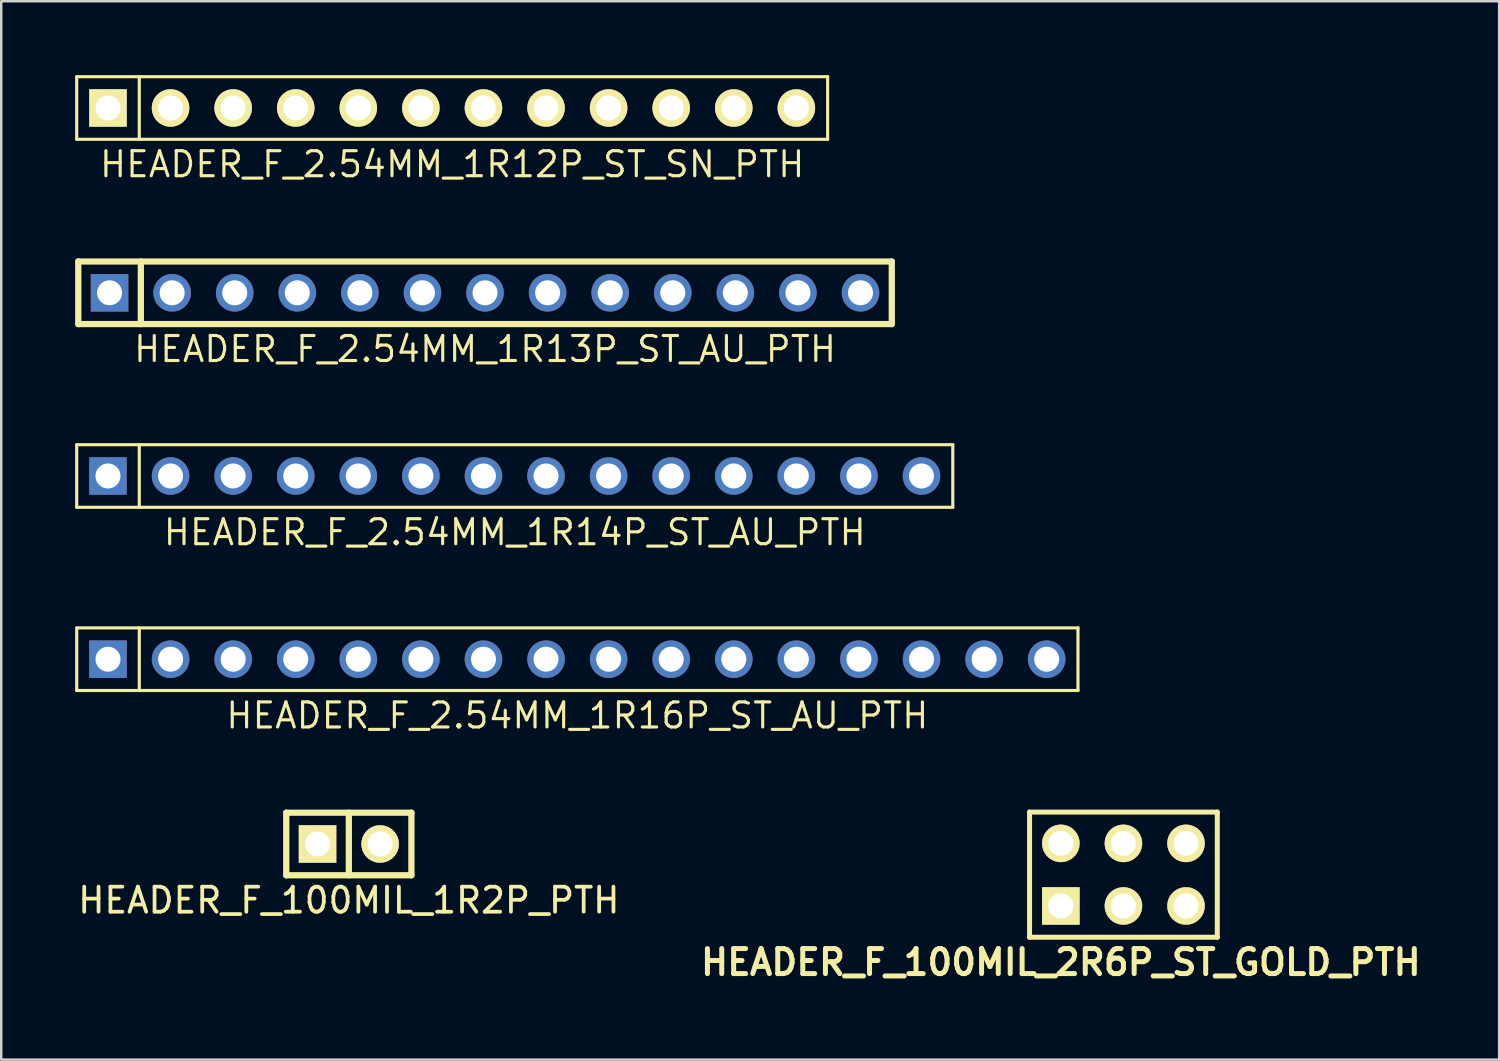
<source format=kicad_pcb>
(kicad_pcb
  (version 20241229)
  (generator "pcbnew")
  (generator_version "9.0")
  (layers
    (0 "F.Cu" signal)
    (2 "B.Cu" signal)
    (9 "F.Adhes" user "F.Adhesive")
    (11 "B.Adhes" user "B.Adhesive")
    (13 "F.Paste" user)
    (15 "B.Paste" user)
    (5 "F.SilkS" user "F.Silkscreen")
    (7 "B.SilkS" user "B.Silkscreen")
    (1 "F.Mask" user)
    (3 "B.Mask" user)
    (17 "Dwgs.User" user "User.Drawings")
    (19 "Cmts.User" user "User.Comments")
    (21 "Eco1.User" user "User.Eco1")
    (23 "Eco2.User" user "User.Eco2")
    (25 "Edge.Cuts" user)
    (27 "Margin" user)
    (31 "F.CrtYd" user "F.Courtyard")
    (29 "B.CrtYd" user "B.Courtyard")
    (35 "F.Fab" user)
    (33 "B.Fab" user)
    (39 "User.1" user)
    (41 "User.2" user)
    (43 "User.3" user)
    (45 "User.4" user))
  (footprint "HEADER_F_2.54MM_1R12P_ST_SN_PTH"
    (layer "F.Cu")
    (at 15.303 1.333)
    (property "Reference" "HEADER_F_2.54MM_1R12P_ST_SN_PTH" (at 0 2.286 0) (layer "F.SilkS") (effects (font (size 1.016 1.016) (thickness 0.127))))
    (attr through_hole)
    (fp_line (start -15.24 -1.27) (end 15.24 -1.27) (stroke (width 0.127) (type solid)) (layer "F.SilkS"))
    (fp_line (start -15.24 1.27) (end -15.24 -1.27) (stroke (width 0.127) (type solid)) (layer "F.SilkS"))
    (fp_line (start -12.7 1.27) (end -12.7 -1.27) (stroke (width 0.127) (type solid)) (layer "F.SilkS"))
    (fp_line (start 15.24 -1.27) (end 15.24 1.27) (stroke (width 0.127) (type solid)) (layer "F.SilkS"))
    (fp_line (start 15.24 1.27) (end -15.24 1.27) (stroke (width 0.127) (type solid)) (layer "F.SilkS"))
    (pad "1" thru_hole rect (at -13.97 0) (size 1.524 1.524) (drill 1.016) (layers "*.Cu" "*.Mask" "F.SilkS"))
    (pad "2" thru_hole circle (at -11.43 0) (size 1.524 1.524) (drill 1.016) (layers "*.Cu" "*.Mask" "F.SilkS"))
    (pad "3" thru_hole circle (at -8.89 0) (size 1.524 1.524) (drill 1.016) (layers "*.Cu" "*.Mask" "F.SilkS"))
    (pad "4" thru_hole circle (at -6.35 0) (size 1.524 1.524) (drill 1.016) (layers "*.Cu" "*.Mask" "F.SilkS"))
    (pad "5" thru_hole circle (at -3.81 0) (size 1.524 1.524) (drill 1.016) (layers "*.Cu" "*.Mask" "F.SilkS"))
    (pad "6" thru_hole circle (at -1.27 0) (size 1.524 1.524) (drill 1.016) (layers "*.Cu" "*.Mask" "F.SilkS"))
    (pad "7" thru_hole circle (at 1.27 0) (size 1.524 1.524) (drill 1.016) (layers "*.Cu" "*.Mask" "F.SilkS"))
    (pad "8" thru_hole circle (at 3.81 0) (size 1.524 1.524) (drill 1.016) (layers "*.Cu" "*.Mask" "F.SilkS"))
    (pad "9" thru_hole circle (at 6.35 0) (size 1.524 1.524) (drill 1.016) (layers "*.Cu" "*.Mask" "F.SilkS"))
    (pad "10" thru_hole circle (at 8.89 0) (size 1.524 1.524) (drill 1.016) (layers "*.Cu" "*.Mask" "F.SilkS"))
    (pad "11" thru_hole circle (at 11.43 0) (size 1.524 1.524) (drill 1.016) (layers "*.Cu" "*.Mask" "F.SilkS"))
    (pad "12" thru_hole circle (at 13.97 0) (size 1.524 1.524) (drill 1.016) (layers "*.Cu" "*.Mask" "F.SilkS")))
  (footprint "HEADER_F_100MIL_1R2P_PTH"
    (layer "F.Cu")
    (at 11.109 31.207)
    (property "Reference" "HEADER_F_100MIL_1R2P_PTH" (at 0 2.286 0) (layer "F.SilkS") (effects (font (size 1.016 1.016) (thickness 0.152))))
    (attr through_hole)
    (fp_line (start -2.54 -1.27) (end 2.54 -1.27) (stroke (width 0.254) (type solid)) (layer "F.SilkS"))
    (fp_line (start -2.54 1.27) (end -2.54 -1.27) (stroke (width 0.254) (type solid)) (layer "F.SilkS"))
    (fp_line (start -2.54 1.27) (end 2.54 1.27) (stroke (width 0.254) (type solid)) (layer "F.SilkS"))
    (fp_line (start 0 -1.27) (end 0 1.27) (stroke (width 0.254) (type solid)) (layer "F.SilkS"))
    (fp_line (start 2.54 -1.27) (end 2.54 1.27) (stroke (width 0.254) (type solid)) (layer "F.SilkS"))
    (pad "1" thru_hole rect (at -1.27 0) (size 1.524 1.524) (drill 1.016) (layers "*.Cu" "*.Mask" "F.SilkS"))
    (pad "2" thru_hole circle (at 1.27 0) (size 1.524 1.524) (drill 1.016) (layers "*.Cu" "*.Mask" "F.SilkS")))
  (footprint "HEADER_F_100MIL_2R6P_ST_GOLD_PTH"
    (layer "F.Cu")
    (at 42.549 32.452)
    (property "Reference" "HEADER_F_100MIL_2R6P_ST_GOLD_PTH" (at -2.54 3.556 0) (layer "F.SilkS") (effects (font (size 1.016 1.016) (thickness 0.203))))
    (attr through_hole)
    (fp_line (start -3.81 -2.54) (end 3.81 -2.54) (stroke (width 0.203) (type solid)) (layer "F.SilkS"))
    (fp_line (start -3.81 2.54) (end -3.81 -2.54) (stroke (width 0.203) (type solid)) (layer "F.SilkS"))
    (fp_line (start 3.81 -2.54) (end 3.81 2.54) (stroke (width 0.203) (type solid)) (layer "F.SilkS"))
    (fp_line (start 3.81 2.54) (end -3.81 2.54) (stroke (width 0.203) (type solid)) (layer "F.SilkS"))
    (pad "1" thru_hole rect (at -2.54 1.27) (size 1.524 1.524) (drill 1.016) (layers "*.Cu" "*.Mask" "F.SilkS"))
    (pad "2" thru_hole circle (at -2.54 -1.27) (size 1.524 1.524) (drill 1.016) (layers "*.Cu" "*.Mask" "F.SilkS"))
    (pad "3" thru_hole circle (at 0 1.27) (size 1.524 1.524) (drill 1.016) (layers "*.Cu" "*.Mask" "F.SilkS"))
    (pad "4" thru_hole circle (at 0 -1.27) (size 1.524 1.524) (drill 1.016) (layers "*.Cu" "*.Mask" "F.SilkS"))
    (pad "5" thru_hole circle (at 2.54 1.27) (size 1.524 1.524) (drill 1.016) (layers "*.Cu" "*.Mask" "F.SilkS"))
    (pad "6" thru_hole circle (at 2.54 -1.27) (size 1.524 1.524) (drill 1.016) (layers "*.Cu" "*.Mask" "F.SilkS")))
  (footprint "HEADER_F_2.54MM_1R13P_ST_AU_PTH"
    (layer "F.Cu")
    (at 16.637 8.834)
    (property "Reference" "HEADER_F_2.54MM_1R13P_ST_AU_PTH" (at 0 2.286 0) (layer "F.SilkS") (effects (font (size 1.016 1.016) (thickness 0.127))))
    (attr through_hole)
    (fp_line (start -16.51 -1.27) (end 16.51 -1.27) (stroke (width 0.254) (type solid)) (layer "F.SilkS"))
    (fp_line (start -16.51 1.27) (end -16.51 -1.27) (stroke (width 0.254) (type solid)) (layer "F.SilkS"))
    (fp_line (start -13.97 1.27) (end -13.97 -1.27) (stroke (width 0.254) (type solid)) (layer "F.SilkS"))
    (fp_line (start 16.51 -1.27) (end 16.51 1.27) (stroke (width 0.254) (type solid)) (layer "F.SilkS"))
    (fp_line (start 16.51 1.27) (end -16.51 1.27) (stroke (width 0.254) (type solid)) (layer "F.SilkS"))
    (pad "1" thru_hole rect (at -15.24 0) (size 1.524 1.524) (drill 1.016) (layers "*.Cu" "*.Mask"))
    (pad "2" thru_hole circle (at -12.7 0) (size 1.524 1.524) (drill 1.016) (layers "*.Cu" "*.Mask"))
    (pad "3" thru_hole circle (at -10.16 0) (size 1.524 1.524) (drill 1.016) (layers "*.Cu" "*.Mask"))
    (pad "4" thru_hole circle (at -7.62 0) (size 1.524 1.524) (drill 1.016) (layers "*.Cu" "*.Mask"))
    (pad "5" thru_hole circle (at -5.08 0) (size 1.524 1.524) (drill 1.016) (layers "*.Cu" "*.Mask"))
    (pad "6" thru_hole circle (at -2.54 0) (size 1.524 1.524) (drill 1.016) (layers "*.Cu" "*.Mask"))
    (pad "7" thru_hole circle (at 0 0) (size 1.524 1.524) (drill 1.016) (layers "*.Cu" "*.Mask"))
    (pad "8" thru_hole circle (at 2.54 0) (size 1.524 1.524) (drill 1.016) (layers "*.Cu" "*.Mask"))
    (pad "9" thru_hole circle (at 5.08 0) (size 1.524 1.524) (drill 1.016) (layers "*.Cu" "*.Mask"))
    (pad "10" thru_hole circle (at 7.62 0) (size 1.524 1.524) (drill 1.016) (layers "*.Cu" "*.Mask"))
    (pad "11" thru_hole circle (at 10.16 0) (size 1.524 1.524) (drill 1.016) (layers "*.Cu" "*.Mask"))
    (pad "12" thru_hole circle (at 12.7 0) (size 1.524 1.524) (drill 1.016) (layers "*.Cu" "*.Mask"))
    (pad "13" thru_hole circle (at 15.24 0) (size 1.524 1.524) (drill 1.016) (layers "*.Cu" "*.Mask")))
  (footprint "HEADER_F_2.54MM_1R16P_ST_AU_PTH"
    (layer "F.Cu")
    (at 20.384 23.707)
    (property "Reference" "HEADER_F_2.54MM_1R16P_ST_AU_PTH" (at 0 2.286 0) (layer "F.SilkS") (effects (font (size 1.016 1.016) (thickness 0.127))))
    (attr through_hole)
    (fp_line (start -20.32 -1.27) (end 20.32 -1.27) (stroke (width 0.127) (type solid)) (layer "F.SilkS"))
    (fp_line (start -20.32 1.27) (end -20.32 -1.27) (stroke (width 0.127) (type solid)) (layer "F.SilkS"))
    (fp_line (start -17.78 1.27) (end -17.78 -1.27) (stroke (width 0.127) (type solid)) (layer "F.SilkS"))
    (fp_line (start 20.32 -1.27) (end 20.32 1.27) (stroke (width 0.127) (type solid)) (layer "F.SilkS"))
    (fp_line (start 20.32 1.27) (end -20.32 1.27) (stroke (width 0.127) (type solid)) (layer "F.SilkS"))
    (pad "1" thru_hole rect (at -19.05 0) (size 1.524 1.524) (drill 1.016) (layers "*.Cu" "*.Mask"))
    (pad "2" thru_hole circle (at -16.51 0) (size 1.524 1.524) (drill 1.016) (layers "*.Cu" "*.Mask"))
    (pad "3" thru_hole circle (at -13.97 0) (size 1.524 1.524) (drill 1.016) (layers "*.Cu" "*.Mask"))
    (pad "4" thru_hole circle (at -11.43 0) (size 1.524 1.524) (drill 1.016) (layers "*.Cu" "*.Mask"))
    (pad "5" thru_hole circle (at -8.89 0) (size 1.524 1.524) (drill 1.016) (layers "*.Cu" "*.Mask"))
    (pad "6" thru_hole circle (at -6.35 0) (size 1.524 1.524) (drill 1.016) (layers "*.Cu" "*.Mask"))
    (pad "7" thru_hole circle (at -3.81 0) (size 1.524 1.524) (drill 1.016) (layers "*.Cu" "*.Mask"))
    (pad "8" thru_hole circle (at -1.27 0) (size 1.524 1.524) (drill 1.016) (layers "*.Cu" "*.Mask"))
    (pad "9" thru_hole circle (at 1.27 0) (size 1.524 1.524) (drill 1.016) (layers "*.Cu" "*.Mask"))
    (pad "10" thru_hole circle (at 3.81 0) (size 1.524 1.524) (drill 1.016) (layers "*.Cu" "*.Mask"))
    (pad "11" thru_hole circle (at 6.35 0) (size 1.524 1.524) (drill 1.016) (layers "*.Cu" "*.Mask"))
    (pad "12" thru_hole circle (at 8.89 0) (size 1.524 1.524) (drill 1.016) (layers "*.Cu" "*.Mask"))
    (pad "13" thru_hole circle (at 11.43 0) (size 1.524 1.524) (drill 1.016) (layers "*.Cu" "*.Mask"))
    (pad "14" thru_hole circle (at 13.97 0) (size 1.524 1.524) (drill 1.016) (layers "*.Cu" "*.Mask"))
    (pad "15" thru_hole circle (at 16.51 0) (size 1.524 1.524) (drill 1.016) (layers "*.Cu" "*.Mask"))
    (pad "16" thru_hole circle (at 19.05 0) (size 1.524 1.524) (drill 1.016) (layers "*.Cu" "*.Mask")))
  (footprint "HEADER_F_2.54MM_1R14P_ST_AU_PTH"
    (layer "F.Cu")
    (at 17.843 16.27)
    (property "Reference" "HEADER_F_2.54MM_1R14P_ST_AU_PTH" (at 0 2.286 0) (layer "F.SilkS") (effects (font (size 1.016 1.016) (thickness 0.127))))
    (attr through_hole)
    (fp_line (start -17.78 -1.27) (end 17.78 -1.27) (stroke (width 0.127) (type solid)) (layer "F.SilkS"))
    (fp_line (start -17.78 1.27) (end -17.78 -1.27) (stroke (width 0.127) (type solid)) (layer "F.SilkS"))
    (fp_line (start -15.24 1.27) (end -15.24 -1.27) (stroke (width 0.127) (type solid)) (layer "F.SilkS"))
    (fp_line (start 17.78 -1.27) (end 17.78 1.27) (stroke (width 0.127) (type solid)) (layer "F.SilkS"))
    (fp_line (start 17.78 1.27) (end -17.78 1.27) (stroke (width 0.127) (type solid)) (layer "F.SilkS"))
    (pad "1" thru_hole rect (at -16.51 0) (size 1.524 1.524) (drill 1.016) (layers "*.Cu" "*.Mask"))
    (pad "2" thru_hole circle (at -13.97 0) (size 1.524 1.524) (drill 1.016) (layers "*.Cu" "*.Mask"))
    (pad "3" thru_hole circle (at -11.43 0) (size 1.524 1.524) (drill 1.016) (layers "*.Cu" "*.Mask"))
    (pad "4" thru_hole circle (at -8.89 0) (size 1.524 1.524) (drill 1.016) (layers "*.Cu" "*.Mask"))
    (pad "5" thru_hole circle (at -6.35 0) (size 1.524 1.524) (drill 1.016) (layers "*.Cu" "*.Mask"))
    (pad "6" thru_hole circle (at -3.81 0) (size 1.524 1.524) (drill 1.016) (layers "*.Cu" "*.Mask"))
    (pad "7" thru_hole circle (at -1.27 0) (size 1.524 1.524) (drill 1.016) (layers "*.Cu" "*.Mask"))
    (pad "8" thru_hole circle (at 1.27 0) (size 1.524 1.524) (drill 1.016) (layers "*.Cu" "*.Mask"))
    (pad "9" thru_hole circle (at 3.81 0) (size 1.524 1.524) (drill 1.016) (layers "*.Cu" "*.Mask"))
    (pad "10" thru_hole circle (at 6.35 0) (size 1.524 1.524) (drill 1.016) (layers "*.Cu" "*.Mask"))
    (pad "11" thru_hole circle (at 8.89 0) (size 1.524 1.524) (drill 1.016) (layers "*.Cu" "*.Mask"))
    (pad "12" thru_hole circle (at 11.43 0) (size 1.524 1.524) (drill 1.016) (layers "*.Cu" "*.Mask"))
    (pad "13" thru_hole circle (at 13.97 0) (size 1.524 1.524) (drill 1.016) (layers "*.Cu" "*.Mask"))
    (pad "14" thru_hole circle (at 16.51 0) (size 1.524 1.524) (drill 1.016) (layers "*.Cu" "*.Mask")))
  (gr_rect
    (start -3 -3)
    (end 57.799 39.959)
    (stroke (width 0.1) (type default))
    (fill no)
    (layer "Edge.Cuts")))
</source>
